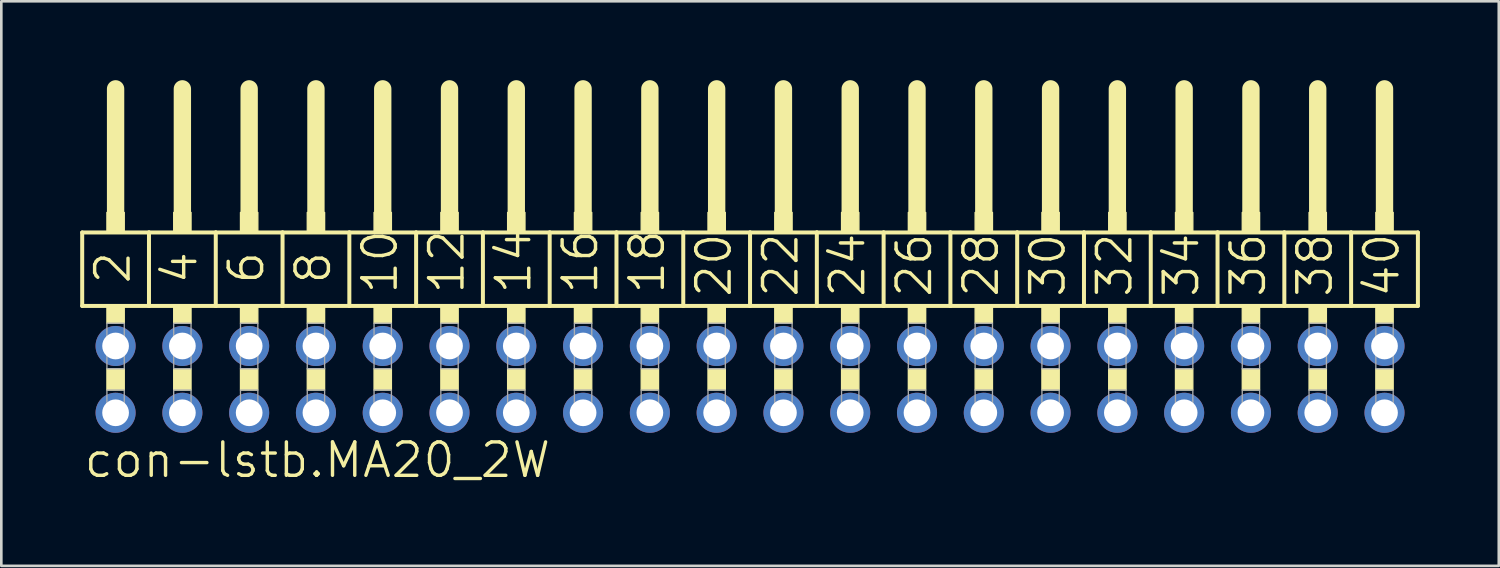
<source format=kicad_pcb>
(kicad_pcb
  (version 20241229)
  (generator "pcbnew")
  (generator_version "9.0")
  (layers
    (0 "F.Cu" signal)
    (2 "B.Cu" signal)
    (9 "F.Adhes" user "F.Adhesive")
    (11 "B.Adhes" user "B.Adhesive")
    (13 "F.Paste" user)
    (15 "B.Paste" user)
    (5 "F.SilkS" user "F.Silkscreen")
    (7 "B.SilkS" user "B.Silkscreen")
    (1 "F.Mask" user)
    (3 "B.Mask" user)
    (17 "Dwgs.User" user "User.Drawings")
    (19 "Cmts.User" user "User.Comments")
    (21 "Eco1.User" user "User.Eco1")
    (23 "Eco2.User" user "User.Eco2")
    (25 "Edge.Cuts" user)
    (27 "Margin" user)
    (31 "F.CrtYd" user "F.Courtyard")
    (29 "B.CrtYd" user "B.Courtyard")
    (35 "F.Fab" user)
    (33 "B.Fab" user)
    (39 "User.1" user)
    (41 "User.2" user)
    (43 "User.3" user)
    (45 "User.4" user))
  (footprint "con-lstb.MA20_2W"
    (layer "F.Cu")
    (at 25.476 11.379)
    (property "Reference" "con-lstb.MA20_2W" (at -25.4 3.81 0) (layer "F.SilkS") (effects (font (size 1.27 1.27) (thickness 0.13)) (justify left bottom)))
    (attr through_hole)
    (fp_line (start -25.4 -5.588) (end -22.86 -5.588) (stroke (width 0.152) (type default)) (layer "F.SilkS"))
    (fp_line (start -25.4 -2.794) (end -25.4 -5.588) (stroke (width 0.152) (type default)) (layer "F.SilkS"))
    (fp_line (start -24.13 -6.35) (end -24.13 -11.049) (stroke (width 0.66) (type default)) (layer "F.SilkS"))
    (fp_line (start -22.86 -5.588) (end -20.32 -5.588) (stroke (width 0.152) (type default)) (layer "F.SilkS"))
    (fp_line (start -22.86 -2.794) (end -25.4 -2.794) (stroke (width 0.152) (type default)) (layer "F.SilkS"))
    (fp_line (start -22.86 -2.794) (end -22.86 -5.588) (stroke (width 0.152) (type default)) (layer "F.SilkS"))
    (fp_line (start -22.86 -2.794) (end -20.32 -2.794) (stroke (width 0.152) (type default)) (layer "F.SilkS"))
    (fp_line (start -21.59 -6.35) (end -21.59 -11.049) (stroke (width 0.66) (type default)) (layer "F.SilkS"))
    (fp_line (start -20.32 -5.588) (end -17.78 -5.588) (stroke (width 0.152) (type default)) (layer "F.SilkS"))
    (fp_line (start -20.32 -2.794) (end -20.32 -5.588) (stroke (width 0.152) (type default)) (layer "F.SilkS"))
    (fp_line (start -19.05 -6.35) (end -19.05 -11.049) (stroke (width 0.66) (type default)) (layer "F.SilkS"))
    (fp_line (start -17.78 -5.588) (end -15.24 -5.588) (stroke (width 0.152) (type default)) (layer "F.SilkS"))
    (fp_line (start -17.78 -2.794) (end -20.32 -2.794) (stroke (width 0.152) (type default)) (layer "F.SilkS"))
    (fp_line (start -17.78 -2.794) (end -17.78 -5.588) (stroke (width 0.152) (type default)) (layer "F.SilkS"))
    (fp_line (start -16.51 -6.35) (end -16.51 -11.049) (stroke (width 0.66) (type default)) (layer "F.SilkS"))
    (fp_line (start -15.24 -5.588) (end -12.7 -5.588) (stroke (width 0.152) (type default)) (layer "F.SilkS"))
    (fp_line (start -15.24 -2.794) (end -17.78 -2.794) (stroke (width 0.152) (type default)) (layer "F.SilkS"))
    (fp_line (start -15.24 -2.794) (end -15.24 -5.588) (stroke (width 0.152) (type default)) (layer "F.SilkS"))
    (fp_line (start -13.97 -6.35) (end -13.97 -11.049) (stroke (width 0.66) (type default)) (layer "F.SilkS"))
    (fp_line (start -12.7 -5.588) (end -10.16 -5.588) (stroke (width 0.152) (type default)) (layer "F.SilkS"))
    (fp_line (start -12.7 -2.794) (end -15.24 -2.794) (stroke (width 0.152) (type default)) (layer "F.SilkS"))
    (fp_line (start -12.7 -2.794) (end -12.7 -5.588) (stroke (width 0.152) (type default)) (layer "F.SilkS"))
    (fp_line (start -11.43 -6.35) (end -11.43 -11.049) (stroke (width 0.66) (type default)) (layer "F.SilkS"))
    (fp_line (start -10.16 -5.588) (end -7.62 -5.588) (stroke (width 0.152) (type default)) (layer "F.SilkS"))
    (fp_line (start -10.16 -2.794) (end -12.7 -2.794) (stroke (width 0.152) (type default)) (layer "F.SilkS"))
    (fp_line (start -10.16 -2.794) (end -10.16 -5.588) (stroke (width 0.152) (type default)) (layer "F.SilkS"))
    (fp_line (start -10.16 -2.794) (end -7.62 -2.794) (stroke (width 0.152) (type default)) (layer "F.SilkS"))
    (fp_line (start -8.89 -6.35) (end -8.89 -11.049) (stroke (width 0.66) (type default)) (layer "F.SilkS"))
    (fp_line (start -7.62 -5.588) (end -5.08 -5.588) (stroke (width 0.152) (type default)) (layer "F.SilkS"))
    (fp_line (start -7.62 -2.794) (end -7.62 -5.588) (stroke (width 0.152) (type default)) (layer "F.SilkS"))
    (fp_line (start -6.35 -6.35) (end -6.35 -11.049) (stroke (width 0.66) (type default)) (layer "F.SilkS"))
    (fp_line (start -5.08 -5.588) (end -2.54 -5.588) (stroke (width 0.152) (type default)) (layer "F.SilkS"))
    (fp_line (start -5.08 -2.794) (end -7.62 -2.794) (stroke (width 0.152) (type default)) (layer "F.SilkS"))
    (fp_line (start -5.08 -2.794) (end -5.08 -5.588) (stroke (width 0.152) (type default)) (layer "F.SilkS"))
    (fp_line (start -3.81 -6.35) (end -3.81 -11.049) (stroke (width 0.66) (type default)) (layer "F.SilkS"))
    (fp_line (start -2.54 -5.588) (end 0 -5.588) (stroke (width 0.152) (type default)) (layer "F.SilkS"))
    (fp_line (start -2.54 -2.794) (end -5.08 -2.794) (stroke (width 0.152) (type default)) (layer "F.SilkS"))
    (fp_line (start -2.54 -2.794) (end -2.54 -5.588) (stroke (width 0.152) (type default)) (layer "F.SilkS"))
    (fp_line (start -1.27 -6.35) (end -1.27 -11.049) (stroke (width 0.66) (type default)) (layer "F.SilkS"))
    (fp_line (start 0 -5.588) (end 2.54 -5.588) (stroke (width 0.152) (type default)) (layer "F.SilkS"))
    (fp_line (start 0 -2.794) (end -2.54 -2.794) (stroke (width 0.152) (type default)) (layer "F.SilkS"))
    (fp_line (start 0 -2.794) (end 0 -5.588) (stroke (width 0.152) (type default)) (layer "F.SilkS"))
    (fp_line (start 1.27 -6.35) (end 1.27 -11.049) (stroke (width 0.66) (type default)) (layer "F.SilkS"))
    (fp_line (start 2.54 -5.588) (end 5.08 -5.588) (stroke (width 0.152) (type default)) (layer "F.SilkS"))
    (fp_line (start 2.54 -2.794) (end 0 -2.794) (stroke (width 0.152) (type default)) (layer "F.SilkS"))
    (fp_line (start 2.54 -2.794) (end 2.54 -5.588) (stroke (width 0.152) (type default)) (layer "F.SilkS"))
    (fp_line (start 2.54 -2.794) (end 5.08 -2.794) (stroke (width 0.152) (type default)) (layer "F.SilkS"))
    (fp_line (start 3.81 -6.35) (end 3.81 -11.049) (stroke (width 0.66) (type default)) (layer "F.SilkS"))
    (fp_line (start 5.08 -5.588) (end 7.62 -5.588) (stroke (width 0.152) (type default)) (layer "F.SilkS"))
    (fp_line (start 5.08 -2.794) (end 5.08 -5.588) (stroke (width 0.152) (type default)) (layer "F.SilkS"))
    (fp_line (start 6.35 -6.35) (end 6.35 -11.049) (stroke (width 0.66) (type default)) (layer "F.SilkS"))
    (fp_line (start 7.62 -5.588) (end 10.16 -5.588) (stroke (width 0.152) (type default)) (layer "F.SilkS"))
    (fp_line (start 7.62 -2.794) (end 5.08 -2.794) (stroke (width 0.152) (type default)) (layer "F.SilkS"))
    (fp_line (start 7.62 -2.794) (end 7.62 -5.588) (stroke (width 0.152) (type default)) (layer "F.SilkS"))
    (fp_line (start 8.89 -6.35) (end 8.89 -11.049) (stroke (width 0.66) (type default)) (layer "F.SilkS"))
    (fp_line (start 10.16 -5.588) (end 12.7 -5.588) (stroke (width 0.152) (type default)) (layer "F.SilkS"))
    (fp_line (start 10.16 -2.794) (end 7.62 -2.794) (stroke (width 0.152) (type default)) (layer "F.SilkS"))
    (fp_line (start 10.16 -2.794) (end 10.16 -5.588) (stroke (width 0.152) (type default)) (layer "F.SilkS"))
    (fp_line (start 11.43 -6.35) (end 11.43 -11.049) (stroke (width 0.66) (type default)) (layer "F.SilkS"))
    (fp_line (start 12.7 -5.588) (end 15.24 -5.588) (stroke (width 0.152) (type default)) (layer "F.SilkS"))
    (fp_line (start 12.7 -2.794) (end 10.16 -2.794) (stroke (width 0.152) (type default)) (layer "F.SilkS"))
    (fp_line (start 12.7 -2.794) (end 12.7 -5.588) (stroke (width 0.152) (type default)) (layer "F.SilkS"))
    (fp_line (start 13.97 -6.35) (end 13.97 -11.049) (stroke (width 0.66) (type default)) (layer "F.SilkS"))
    (fp_line (start 15.24 -5.588) (end 17.78 -5.588) (stroke (width 0.152) (type default)) (layer "F.SilkS"))
    (fp_line (start 15.24 -2.794) (end 12.7 -2.794) (stroke (width 0.152) (type default)) (layer "F.SilkS"))
    (fp_line (start 15.24 -2.794) (end 15.24 -5.588) (stroke (width 0.152) (type default)) (layer "F.SilkS"))
    (fp_line (start 15.24 -2.794) (end 17.78 -2.794) (stroke (width 0.152) (type default)) (layer "F.SilkS"))
    (fp_line (start 16.51 -6.35) (end 16.51 -11.049) (stroke (width 0.66) (type default)) (layer "F.SilkS"))
    (fp_line (start 17.78 -5.588) (end 20.32 -5.588) (stroke (width 0.152) (type default)) (layer "F.SilkS"))
    (fp_line (start 17.78 -2.794) (end 17.78 -5.588) (stroke (width 0.152) (type default)) (layer "F.SilkS"))
    (fp_line (start 19.05 -6.35) (end 19.05 -11.049) (stroke (width 0.66) (type default)) (layer "F.SilkS"))
    (fp_line (start 20.32 -5.588) (end 22.86 -5.588) (stroke (width 0.152) (type default)) (layer "F.SilkS"))
    (fp_line (start 20.32 -2.794) (end 17.78 -2.794) (stroke (width 0.152) (type default)) (layer "F.SilkS"))
    (fp_line (start 20.32 -2.794) (end 20.32 -5.588) (stroke (width 0.152) (type default)) (layer "F.SilkS"))
    (fp_line (start 21.59 -6.35) (end 21.59 -11.049) (stroke (width 0.66) (type default)) (layer "F.SilkS"))
    (fp_line (start 22.86 -5.588) (end 25.4 -5.588) (stroke (width 0.152) (type default)) (layer "F.SilkS"))
    (fp_line (start 22.86 -2.794) (end 20.32 -2.794) (stroke (width 0.152) (type default)) (layer "F.SilkS"))
    (fp_line (start 22.86 -2.794) (end 22.86 -5.588) (stroke (width 0.152) (type default)) (layer "F.SilkS"))
    (fp_line (start 24.13 -6.35) (end 24.13 -11.049) (stroke (width 0.66) (type default)) (layer "F.SilkS"))
    (fp_line (start 25.4 -2.794) (end 22.86 -2.794) (stroke (width 0.152) (type default)) (layer "F.SilkS"))
    (fp_line (start 25.4 -2.794) (end 25.4 -5.588) (stroke (width 0.152) (type default)) (layer "F.SilkS"))
    (fp_rect (start -24.46 -5.588) (end -23.8 -6.35) (stroke (width 0.05) (type default)) (fill yes) (layer "F.SilkS"))
    (fp_rect (start -24.46 -2.134) (end -23.8 -2.794) (stroke (width 0.05) (type default)) (fill yes) (layer "F.SilkS"))
    (fp_rect (start -24.46 0.406) (end -23.8 -0.406) (stroke (width 0.05) (type default)) (fill yes) (layer "F.SilkS"))
    (fp_rect (start -21.92 -5.588) (end -21.26 -6.35) (stroke (width 0.05) (type default)) (fill yes) (layer "F.SilkS"))
    (fp_rect (start -21.92 -2.134) (end -21.26 -2.794) (stroke (width 0.05) (type default)) (fill yes) (layer "F.SilkS"))
    (fp_rect (start -21.92 0.406) (end -21.26 -0.406) (stroke (width 0.05) (type default)) (fill yes) (layer "F.SilkS"))
    (fp_rect (start -19.38 -5.588) (end -18.72 -6.35) (stroke (width 0.05) (type default)) (fill yes) (layer "F.SilkS"))
    (fp_rect (start -19.38 -2.134) (end -18.72 -2.794) (stroke (width 0.05) (type default)) (fill yes) (layer "F.SilkS"))
    (fp_rect (start -19.38 0.406) (end -18.72 -0.406) (stroke (width 0.05) (type default)) (fill yes) (layer "F.SilkS"))
    (fp_rect (start -16.84 -5.588) (end -16.18 -6.35) (stroke (width 0.05) (type default)) (fill yes) (layer "F.SilkS"))
    (fp_rect (start -16.84 -2.134) (end -16.18 -2.794) (stroke (width 0.05) (type default)) (fill yes) (layer "F.SilkS"))
    (fp_rect (start -16.84 0.406) (end -16.18 -0.406) (stroke (width 0.05) (type default)) (fill yes) (layer "F.SilkS"))
    (fp_rect (start -14.3 -5.588) (end -13.64 -6.35) (stroke (width 0.05) (type default)) (fill yes) (layer "F.SilkS"))
    (fp_rect (start -14.3 -2.134) (end -13.64 -2.794) (stroke (width 0.05) (type default)) (fill yes) (layer "F.SilkS"))
    (fp_rect (start -14.3 0.406) (end -13.64 -0.406) (stroke (width 0.05) (type default)) (fill yes) (layer "F.SilkS"))
    (fp_rect (start -11.76 -5.588) (end -11.1 -6.35) (stroke (width 0.05) (type default)) (fill yes) (layer "F.SilkS"))
    (fp_rect (start -11.76 -2.134) (end -11.1 -2.794) (stroke (width 0.05) (type default)) (fill yes) (layer "F.SilkS"))
    (fp_rect (start -11.76 0.406) (end -11.1 -0.406) (stroke (width 0.05) (type default)) (fill yes) (layer "F.SilkS"))
    (fp_rect (start -9.22 -5.588) (end -8.56 -6.35) (stroke (width 0.05) (type default)) (fill yes) (layer "F.SilkS"))
    (fp_rect (start -9.22 -2.134) (end -8.56 -2.794) (stroke (width 0.05) (type default)) (fill yes) (layer "F.SilkS"))
    (fp_rect (start -9.22 0.406) (end -8.56 -0.406) (stroke (width 0.05) (type default)) (fill yes) (layer "F.SilkS"))
    (fp_rect (start -6.68 -5.588) (end -6.02 -6.35) (stroke (width 0.05) (type default)) (fill yes) (layer "F.SilkS"))
    (fp_rect (start -6.68 -2.134) (end -6.02 -2.794) (stroke (width 0.05) (type default)) (fill yes) (layer "F.SilkS"))
    (fp_rect (start -6.68 0.406) (end -6.02 -0.406) (stroke (width 0.05) (type default)) (fill yes) (layer "F.SilkS"))
    (fp_rect (start -4.14 -5.588) (end -3.48 -6.35) (stroke (width 0.05) (type default)) (fill yes) (layer "F.SilkS"))
    (fp_rect (start -4.14 -2.134) (end -3.48 -2.794) (stroke (width 0.05) (type default)) (fill yes) (layer "F.SilkS"))
    (fp_rect (start -4.14 0.406) (end -3.48 -0.406) (stroke (width 0.05) (type default)) (fill yes) (layer "F.SilkS"))
    (fp_rect (start -1.6 -5.588) (end -0.94 -6.35) (stroke (width 0.05) (type default)) (fill yes) (layer "F.SilkS"))
    (fp_rect (start -1.6 -2.134) (end -0.94 -2.794) (stroke (width 0.05) (type default)) (fill yes) (layer "F.SilkS"))
    (fp_rect (start -1.6 0.406) (end -0.94 -0.406) (stroke (width 0.05) (type default)) (fill yes) (layer "F.SilkS"))
    (fp_rect (start 0.94 -5.588) (end 1.6 -6.35) (stroke (width 0.05) (type default)) (fill yes) (layer "F.SilkS"))
    (fp_rect (start 0.94 -2.134) (end 1.6 -2.794) (stroke (width 0.05) (type default)) (fill yes) (layer "F.SilkS"))
    (fp_rect (start 0.94 0.406) (end 1.6 -0.406) (stroke (width 0.05) (type default)) (fill yes) (layer "F.SilkS"))
    (fp_rect (start 3.48 -5.588) (end 4.14 -6.35) (stroke (width 0.05) (type default)) (fill yes) (layer "F.SilkS"))
    (fp_rect (start 3.48 -2.134) (end 4.14 -2.794) (stroke (width 0.05) (type default)) (fill yes) (layer "F.SilkS"))
    (fp_rect (start 3.48 0.406) (end 4.14 -0.406) (stroke (width 0.05) (type default)) (fill yes) (layer "F.SilkS"))
    (fp_rect (start 6.02 -5.588) (end 6.68 -6.35) (stroke (width 0.05) (type default)) (fill yes) (layer "F.SilkS"))
    (fp_rect (start 6.02 -2.134) (end 6.68 -2.794) (stroke (width 0.05) (type default)) (fill yes) (layer "F.SilkS"))
    (fp_rect (start 6.02 0.406) (end 6.68 -0.406) (stroke (width 0.05) (type default)) (fill yes) (layer "F.SilkS"))
    (fp_rect (start 8.56 -5.588) (end 9.22 -6.35) (stroke (width 0.05) (type default)) (fill yes) (layer "F.SilkS"))
    (fp_rect (start 8.56 -2.134) (end 9.22 -2.794) (stroke (width 0.05) (type default)) (fill yes) (layer "F.SilkS"))
    (fp_rect (start 8.56 0.406) (end 9.22 -0.406) (stroke (width 0.05) (type default)) (fill yes) (layer "F.SilkS"))
    (fp_rect (start 11.1 -5.588) (end 11.76 -6.35) (stroke (width 0.05) (type default)) (fill yes) (layer "F.SilkS"))
    (fp_rect (start 11.1 -2.134) (end 11.76 -2.794) (stroke (width 0.05) (type default)) (fill yes) (layer "F.SilkS"))
    (fp_rect (start 11.1 0.406) (end 11.76 -0.406) (stroke (width 0.05) (type default)) (fill yes) (layer "F.SilkS"))
    (fp_rect (start 13.64 -5.588) (end 14.3 -6.35) (stroke (width 0.05) (type default)) (fill yes) (layer "F.SilkS"))
    (fp_rect (start 13.64 -2.134) (end 14.3 -2.794) (stroke (width 0.05) (type default)) (fill yes) (layer "F.SilkS"))
    (fp_rect (start 13.64 0.406) (end 14.3 -0.406) (stroke (width 0.05) (type default)) (fill yes) (layer "F.SilkS"))
    (fp_rect (start 16.18 -5.588) (end 16.84 -6.35) (stroke (width 0.05) (type default)) (fill yes) (layer "F.SilkS"))
    (fp_rect (start 16.18 -2.134) (end 16.84 -2.794) (stroke (width 0.05) (type default)) (fill yes) (layer "F.SilkS"))
    (fp_rect (start 16.18 0.406) (end 16.84 -0.406) (stroke (width 0.05) (type default)) (fill yes) (layer "F.SilkS"))
    (fp_rect (start 18.72 -5.588) (end 19.38 -6.35) (stroke (width 0.05) (type default)) (fill yes) (layer "F.SilkS"))
    (fp_rect (start 18.72 -2.134) (end 19.38 -2.794) (stroke (width 0.05) (type default)) (fill yes) (layer "F.SilkS"))
    (fp_rect (start 18.72 0.406) (end 19.38 -0.406) (stroke (width 0.05) (type default)) (fill yes) (layer "F.SilkS"))
    (fp_rect (start 21.26 -5.588) (end 21.92 -6.35) (stroke (width 0.05) (type default)) (fill yes) (layer "F.SilkS"))
    (fp_rect (start 21.26 -2.134) (end 21.92 -2.794) (stroke (width 0.05) (type default)) (fill yes) (layer "F.SilkS"))
    (fp_rect (start 21.26 0.406) (end 21.92 -0.406) (stroke (width 0.05) (type default)) (fill yes) (layer "F.SilkS"))
    (fp_rect (start 23.8 -5.588) (end 24.46 -6.35) (stroke (width 0.05) (type default)) (fill yes) (layer "F.SilkS"))
    (fp_rect (start 23.8 -2.134) (end 24.46 -2.794) (stroke (width 0.05) (type default)) (fill yes) (layer "F.SilkS"))
    (fp_rect (start 23.8 0.406) (end 24.46 -0.406) (stroke (width 0.05) (type default)) (fill yes) (layer "F.SilkS"))
    (fp_rect (start -24.46 -0.406) (end -23.8 -2.134) (stroke (width 0.05) (type default)) (fill no) (layer "F.Fab"))
    (fp_rect (start -24.46 1.575) (end -23.8 0.406) (stroke (width 0.05) (type default)) (fill no) (layer "F.Fab"))
    (fp_rect (start -21.92 -0.406) (end -21.26 -2.134) (stroke (width 0.05) (type default)) (fill no) (layer "F.Fab"))
    (fp_rect (start -21.92 1.575) (end -21.26 0.406) (stroke (width 0.05) (type default)) (fill no) (layer "F.Fab"))
    (fp_rect (start -19.38 -0.406) (end -18.72 -2.134) (stroke (width 0.05) (type default)) (fill no) (layer "F.Fab"))
    (fp_rect (start -19.38 1.575) (end -18.72 0.406) (stroke (width 0.05) (type default)) (fill no) (layer "F.Fab"))
    (fp_rect (start -16.84 -0.406) (end -16.18 -2.134) (stroke (width 0.05) (type default)) (fill no) (layer "F.Fab"))
    (fp_rect (start -16.84 1.575) (end -16.18 0.406) (stroke (width 0.05) (type default)) (fill no) (layer "F.Fab"))
    (fp_rect (start -14.3 -0.406) (end -13.64 -2.134) (stroke (width 0.05) (type default)) (fill no) (layer "F.Fab"))
    (fp_rect (start -14.3 1.575) (end -13.64 0.406) (stroke (width 0.05) (type default)) (fill no) (layer "F.Fab"))
    (fp_rect (start -11.76 -0.406) (end -11.1 -2.134) (stroke (width 0.05) (type default)) (fill no) (layer "F.Fab"))
    (fp_rect (start -11.76 1.575) (end -11.1 0.406) (stroke (width 0.05) (type default)) (fill no) (layer "F.Fab"))
    (fp_rect (start -9.22 -0.406) (end -8.56 -2.134) (stroke (width 0.05) (type default)) (fill no) (layer "F.Fab"))
    (fp_rect (start -9.22 1.575) (end -8.56 0.406) (stroke (width 0.05) (type default)) (fill no) (layer "F.Fab"))
    (fp_rect (start -6.68 -0.406) (end -6.02 -2.134) (stroke (width 0.05) (type default)) (fill no) (layer "F.Fab"))
    (fp_rect (start -6.68 1.575) (end -6.02 0.406) (stroke (width 0.05) (type default)) (fill no) (layer "F.Fab"))
    (fp_rect (start -4.14 -0.406) (end -3.48 -2.134) (stroke (width 0.05) (type default)) (fill no) (layer "F.Fab"))
    (fp_rect (start -4.14 1.575) (end -3.48 0.406) (stroke (width 0.05) (type default)) (fill no) (layer "F.Fab"))
    (fp_rect (start -1.6 -0.406) (end -0.94 -2.134) (stroke (width 0.05) (type default)) (fill no) (layer "F.Fab"))
    (fp_rect (start -1.6 1.575) (end -0.94 0.406) (stroke (width 0.05) (type default)) (fill no) (layer "F.Fab"))
    (fp_rect (start 0.94 -0.406) (end 1.6 -2.134) (stroke (width 0.05) (type default)) (fill no) (layer "F.Fab"))
    (fp_rect (start 0.94 1.575) (end 1.6 0.406) (stroke (width 0.05) (type default)) (fill no) (layer "F.Fab"))
    (fp_rect (start 3.48 -0.406) (end 4.14 -2.134) (stroke (width 0.05) (type default)) (fill no) (layer "F.Fab"))
    (fp_rect (start 3.48 1.575) (end 4.14 0.406) (stroke (width 0.05) (type default)) (fill no) (layer "F.Fab"))
    (fp_rect (start 6.02 -0.406) (end 6.68 -2.134) (stroke (width 0.05) (type default)) (fill no) (layer "F.Fab"))
    (fp_rect (start 6.02 1.575) (end 6.68 0.406) (stroke (width 0.05) (type default)) (fill no) (layer "F.Fab"))
    (fp_rect (start 8.56 -0.406) (end 9.22 -2.134) (stroke (width 0.05) (type default)) (fill no) (layer "F.Fab"))
    (fp_rect (start 8.56 1.575) (end 9.22 0.406) (stroke (width 0.05) (type default)) (fill no) (layer "F.Fab"))
    (fp_rect (start 11.1 -0.406) (end 11.76 -2.134) (stroke (width 0.05) (type default)) (fill no) (layer "F.Fab"))
    (fp_rect (start 11.1 1.575) (end 11.76 0.406) (stroke (width 0.05) (type default)) (fill no) (layer "F.Fab"))
    (fp_rect (start 13.64 -0.406) (end 14.3 -2.134) (stroke (width 0.05) (type default)) (fill no) (layer "F.Fab"))
    (fp_rect (start 13.64 1.575) (end 14.3 0.406) (stroke (width 0.05) (type default)) (fill no) (layer "F.Fab"))
    (fp_rect (start 16.18 -0.406) (end 16.84 -2.134) (stroke (width 0.05) (type default)) (fill no) (layer "F.Fab"))
    (fp_rect (start 16.18 1.575) (end 16.84 0.406) (stroke (width 0.05) (type default)) (fill no) (layer "F.Fab"))
    (fp_rect (start 18.72 -0.406) (end 19.38 -2.134) (stroke (width 0.05) (type default)) (fill no) (layer "F.Fab"))
    (fp_rect (start 18.72 1.575) (end 19.38 0.406) (stroke (width 0.05) (type default)) (fill no) (layer "F.Fab"))
    (fp_rect (start 21.26 -0.406) (end 21.92 -2.134) (stroke (width 0.05) (type default)) (fill no) (layer "F.Fab"))
    (fp_rect (start 21.26 1.575) (end 21.92 0.406) (stroke (width 0.05) (type default)) (fill no) (layer "F.Fab"))
    (fp_rect (start 23.8 -0.406) (end 24.46 -2.134) (stroke (width 0.05) (type default)) (fill no) (layer "F.Fab"))
    (fp_rect (start 23.8 1.575) (end 24.46 0.406) (stroke (width 0.05) (type default)) (fill no) (layer "F.Fab"))
    (fp_text user "40" (at 24.765 -3.048 90) (layer "F.SilkS") (effects (font (size 1.27 1.27) (thickness 0.13)) (justify left bottom)))
    (fp_text user "24" (at 4.445 -3.048 90) (layer "F.SilkS") (effects (font (size 1.27 1.27) (thickness 0.13)) (justify left bottom)))
    (fp_text user "12" (at -10.795 -3.175 90) (layer "F.SilkS") (effects (font (size 1.27 1.27) (thickness 0.13)) (justify left bottom)))
    (fp_text user "8" (at -15.875 -3.556 90) (layer "F.SilkS") (effects (font (size 1.27 1.27) (thickness 0.13)) (justify left bottom)))
    (fp_text user "16" (at -5.715 -3.175 90) (layer "F.SilkS") (effects (font (size 1.27 1.27) (thickness 0.13)) (justify left bottom)))
    (fp_text user "6" (at -18.415 -3.556 90) (layer "F.SilkS") (effects (font (size 1.27 1.27) (thickness 0.13)) (justify left bottom)))
    (fp_text user "18" (at -3.175 -3.175 90) (layer "F.SilkS") (effects (font (size 1.27 1.27) (thickness 0.13)) (justify left bottom)))
    (fp_text user "28" (at 9.525 -3.048 90) (layer "F.SilkS") (effects (font (size 1.27 1.27) (thickness 0.13)) (justify left bottom)))
    (fp_text user "10" (at -13.335 -3.175 90) (layer "F.SilkS") (effects (font (size 1.27 1.27) (thickness 0.13)) (justify left bottom)))
    (fp_text user "20" (at -0.635 -3.048 90) (layer "F.SilkS") (effects (font (size 1.27 1.27) (thickness 0.13)) (justify left bottom)))
    (fp_text user "2" (at -23.495 -3.556 90) (layer "F.SilkS") (effects (font (size 1.27 1.27) (thickness 0.13)) (justify left bottom)))
    (fp_text user "14" (at -8.255 -3.175 90) (layer "F.SilkS") (effects (font (size 1.27 1.27) (thickness 0.13)) (justify left bottom)))
    (fp_text user "34" (at 17.145 -3.048 90) (layer "F.SilkS") (effects (font (size 1.27 1.27) (thickness 0.13)) (justify left bottom)))
    (fp_text user "4" (at -20.955 -3.556 90) (layer "F.SilkS") (effects (font (size 1.27 1.27) (thickness 0.13)) (justify left bottom)))
    (fp_text user "38" (at 22.225 -3.048 90) (layer "F.SilkS") (effects (font (size 1.27 1.27) (thickness 0.13)) (justify left bottom)))
    (fp_text user "36" (at 19.685 -3.048 90) (layer "F.SilkS") (effects (font (size 1.27 1.27) (thickness 0.13)) (justify left bottom)))
    (fp_text user "30" (at 12.065 -3.048 90) (layer "F.SilkS") (effects (font (size 1.27 1.27) (thickness 0.13)) (justify left bottom)))
    (fp_text user "22" (at 1.905 -3.048 90) (layer "F.SilkS") (effects (font (size 1.27 1.27) (thickness 0.13)) (justify left bottom)))
    (fp_text user "32" (at 14.605 -3.048 90) (layer "F.SilkS") (effects (font (size 1.27 1.27) (thickness 0.13)) (justify left bottom)))
    (fp_text user "26" (at 6.985 -3.048 90) (layer "F.SilkS") (effects (font (size 1.27 1.27) (thickness 0.13)) (justify left bottom)))
    (pad "1" thru_hole circle (at -24.13 1.27) (size 1.524 1.524) (drill 1.016) (layers "*.Cu" "*.Mask"))
    (pad "2" thru_hole circle (at -24.13 -1.27) (size 1.524 1.524) (drill 1.016) (layers "*.Cu" "*.Mask"))
    (pad "3" thru_hole circle (at -21.59 1.27) (size 1.524 1.524) (drill 1.016) (layers "*.Cu" "*.Mask"))
    (pad "4" thru_hole circle (at -21.59 -1.27) (size 1.524 1.524) (drill 1.016) (layers "*.Cu" "*.Mask"))
    (pad "5" thru_hole circle (at -19.05 1.27) (size 1.524 1.524) (drill 1.016) (layers "*.Cu" "*.Mask"))
    (pad "6" thru_hole circle (at -19.05 -1.27) (size 1.524 1.524) (drill 1.016) (layers "*.Cu" "*.Mask"))
    (pad "7" thru_hole circle (at -16.51 1.27) (size 1.524 1.524) (drill 1.016) (layers "*.Cu" "*.Mask"))
    (pad "8" thru_hole circle (at -16.51 -1.27) (size 1.524 1.524) (drill 1.016) (layers "*.Cu" "*.Mask"))
    (pad "9" thru_hole circle (at -13.97 1.27) (size 1.524 1.524) (drill 1.016) (layers "*.Cu" "*.Mask"))
    (pad "10" thru_hole circle (at -13.97 -1.27) (size 1.524 1.524) (drill 1.016) (layers "*.Cu" "*.Mask"))
    (pad "11" thru_hole circle (at -11.43 1.27) (size 1.524 1.524) (drill 1.016) (layers "*.Cu" "*.Mask"))
    (pad "12" thru_hole circle (at -11.43 -1.27) (size 1.524 1.524) (drill 1.016) (layers "*.Cu" "*.Mask"))
    (pad "13" thru_hole circle (at -8.89 1.27) (size 1.524 1.524) (drill 1.016) (layers "*.Cu" "*.Mask"))
    (pad "14" thru_hole circle (at -8.89 -1.27) (size 1.524 1.524) (drill 1.016) (layers "*.Cu" "*.Mask"))
    (pad "15" thru_hole circle (at -6.35 1.27) (size 1.524 1.524) (drill 1.016) (layers "*.Cu" "*.Mask"))
    (pad "16" thru_hole circle (at -6.35 -1.27) (size 1.524 1.524) (drill 1.016) (layers "*.Cu" "*.Mask"))
    (pad "17" thru_hole circle (at -3.81 1.27) (size 1.524 1.524) (drill 1.016) (layers "*.Cu" "*.Mask"))
    (pad "18" thru_hole circle (at -3.81 -1.27) (size 1.524 1.524) (drill 1.016) (layers "*.Cu" "*.Mask"))
    (pad "19" thru_hole circle (at -1.27 1.27) (size 1.524 1.524) (drill 1.016) (layers "*.Cu" "*.Mask"))
    (pad "20" thru_hole circle (at -1.27 -1.27) (size 1.524 1.524) (drill 1.016) (layers "*.Cu" "*.Mask"))
    (pad "21" thru_hole circle (at 1.27 1.27) (size 1.524 1.524) (drill 1.016) (layers "*.Cu" "*.Mask"))
    (pad "22" thru_hole circle (at 1.27 -1.27) (size 1.524 1.524) (drill 1.016) (layers "*.Cu" "*.Mask"))
    (pad "23" thru_hole circle (at 3.81 1.27) (size 1.524 1.524) (drill 1.016) (layers "*.Cu" "*.Mask"))
    (pad "24" thru_hole circle (at 3.81 -1.27) (size 1.524 1.524) (drill 1.016) (layers "*.Cu" "*.Mask"))
    (pad "25" thru_hole circle (at 6.35 1.27) (size 1.524 1.524) (drill 1.016) (layers "*.Cu" "*.Mask"))
    (pad "26" thru_hole circle (at 6.35 -1.27) (size 1.524 1.524) (drill 1.016) (layers "*.Cu" "*.Mask"))
    (pad "27" thru_hole circle (at 8.89 1.27) (size 1.524 1.524) (drill 1.016) (layers "*.Cu" "*.Mask"))
    (pad "28" thru_hole circle (at 8.89 -1.27) (size 1.524 1.524) (drill 1.016) (layers "*.Cu" "*.Mask"))
    (pad "29" thru_hole circle (at 11.43 1.27) (size 1.524 1.524) (drill 1.016) (layers "*.Cu" "*.Mask"))
    (pad "30" thru_hole circle (at 11.43 -1.27) (size 1.524 1.524) (drill 1.016) (layers "*.Cu" "*.Mask"))
    (pad "31" thru_hole circle (at 13.97 1.27) (size 1.524 1.524) (drill 1.016) (layers "*.Cu" "*.Mask"))
    (pad "32" thru_hole circle (at 13.97 -1.27) (size 1.524 1.524) (drill 1.016) (layers "*.Cu" "*.Mask"))
    (pad "33" thru_hole circle (at 16.51 1.27) (size 1.524 1.524) (drill 1.016) (layers "*.Cu" "*.Mask"))
    (pad "34" thru_hole circle (at 16.51 -1.27) (size 1.524 1.524) (drill 1.016) (layers "*.Cu" "*.Mask"))
    (pad "35" thru_hole circle (at 19.05 1.27) (size 1.524 1.524) (drill 1.016) (layers "*.Cu" "*.Mask"))
    (pad "36" thru_hole circle (at 19.05 -1.27) (size 1.524 1.524) (drill 1.016) (layers "*.Cu" "*.Mask"))
    (pad "37" thru_hole circle (at 21.59 1.27) (size 1.524 1.524) (drill 1.016) (layers "*.Cu" "*.Mask"))
    (pad "38" thru_hole circle (at 21.59 -1.27) (size 1.524 1.524) (drill 1.016) (layers "*.Cu" "*.Mask"))
    (pad "39" thru_hole circle (at 24.13 1.27) (size 1.524 1.524) (drill 1.016) (layers "*.Cu" "*.Mask"))
    (pad "40" thru_hole circle (at 24.13 -1.27) (size 1.524 1.524) (drill 1.016) (layers "*.Cu" "*.Mask")))
  (gr_rect
    (start -3 -3)
    (end 53.952 18.471)
    (stroke (width 0.1) (type default))
    (fill no)
    (layer "Edge.Cuts")))
</source>
